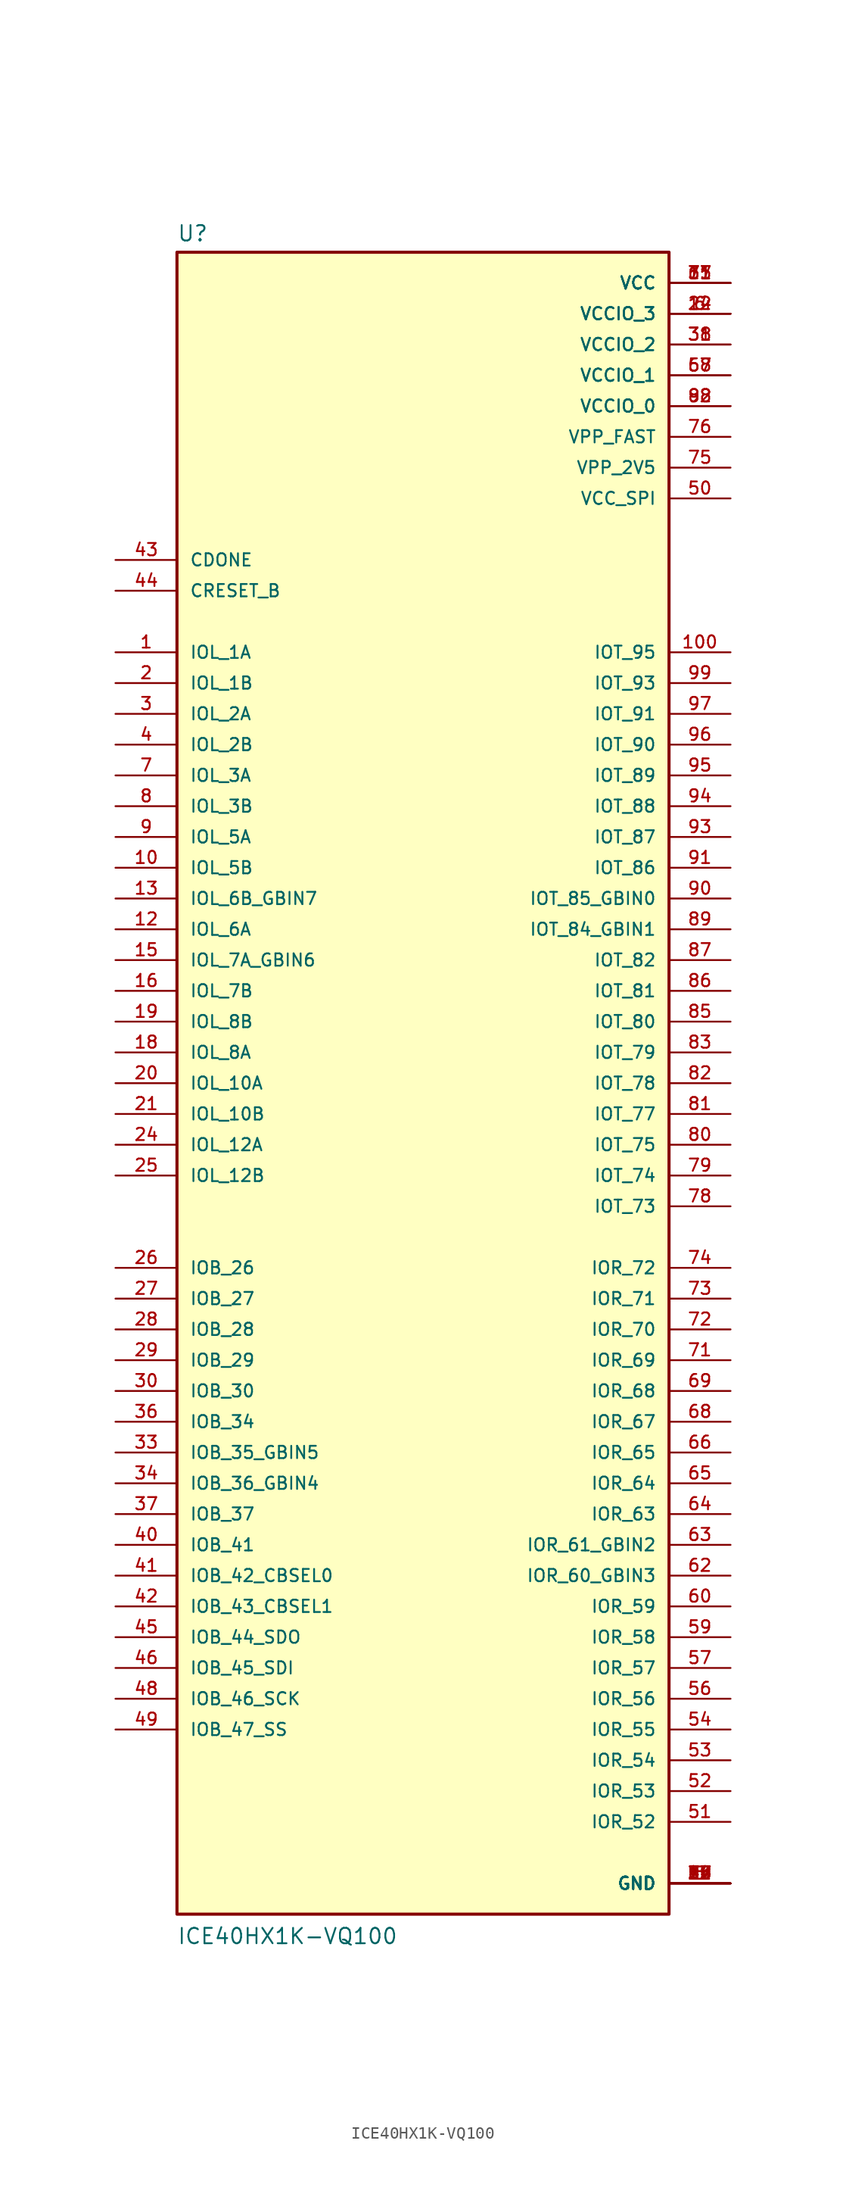
<source format=kicad_sym>
(kicad_symbol_lib
  (version 20211014)
  (generator kicad_symbol_editor)
  (symbol "ICE40HX1K-VQ100"
    (pin_names
      (offset 1.016))
    (property "Reference" "U"
      (at -20.332 69.383 0)
      (effects (font (size 1.27 1.27)) (justify bottom left)))
    (property "Value" "ICE40HX1K-VQ100"
      (at -20.326 -71.142 0)
      (effects (font (size 1.27 1.27)) (justify bottom left)))
    (symbol "ICE40HX1K-VQ100_0_0"
      (rectangle (start -20.32 -68.58) (end 20.32 68.58) (stroke (width 0.254)) (fill (type background)))
      (pin bidirectional line (at 25.4 -10.16 180.0) (length 5.08) (name "IOT_73" (effects (font (size 1.016 1.016)))) (number "78" (effects (font (size 1.016 1.016)))))
      (pin bidirectional line (at 25.4 -7.62 180.0) (length 5.08) (name "IOT_74" (effects (font (size 1.016 1.016)))) (number "79" (effects (font (size 1.016 1.016)))))
      (pin bidirectional line (at 25.4 -5.08 180.0) (length 5.08) (name "IOT_75" (effects (font (size 1.016 1.016)))) (number "80" (effects (font (size 1.016 1.016)))))
      (pin bidirectional line (at 25.4 35.56 180.0) (length 5.08) (name "IOT_95" (effects (font (size 1.016 1.016)))) (number "100" (effects (font (size 1.016 1.016)))))
      (pin bidirectional line (at 25.4 -2.54 180.0) (length 5.08) (name "IOT_77" (effects (font (size 1.016 1.016)))) (number "81" (effects (font (size 1.016 1.016)))))
      (pin bidirectional line (at 25.4 0.0 180.0) (length 5.08) (name "IOT_78" (effects (font (size 1.016 1.016)))) (number "82" (effects (font (size 1.016 1.016)))))
      (pin bidirectional line (at 25.4 2.54 180.0) (length 5.08) (name "IOT_79" (effects (font (size 1.016 1.016)))) (number "83" (effects (font (size 1.016 1.016)))))
      (pin bidirectional line (at 25.4 5.08 180.0) (length 5.08) (name "IOT_80" (effects (font (size 1.016 1.016)))) (number "85" (effects (font (size 1.016 1.016)))))
      (pin bidirectional line (at 25.4 7.62 180.0) (length 5.08) (name "IOT_81" (effects (font (size 1.016 1.016)))) (number "86" (effects (font (size 1.016 1.016)))))
      (pin bidirectional line (at 25.4 10.16 180.0) (length 5.08) (name "IOT_82" (effects (font (size 1.016 1.016)))) (number "87" (effects (font (size 1.016 1.016)))))
      (pin bidirectional line (at 25.4 12.7 180.0) (length 5.08) (name "IOT_84_GBIN1" (effects (font (size 1.016 1.016)))) (number "89" (effects (font (size 1.016 1.016)))))
      (pin bidirectional line (at 25.4 15.24 180.0) (length 5.08) (name "IOT_85_GBIN0" (effects (font (size 1.016 1.016)))) (number "90" (effects (font (size 1.016 1.016)))))
      (pin bidirectional line (at 25.4 17.78 180.0) (length 5.08) (name "IOT_86" (effects (font (size 1.016 1.016)))) (number "91" (effects (font (size 1.016 1.016)))))
      (pin bidirectional line (at 25.4 20.32 180.0) (length 5.08) (name "IOT_87" (effects (font (size 1.016 1.016)))) (number "93" (effects (font (size 1.016 1.016)))))
      (pin bidirectional line (at 25.4 22.86 180.0) (length 5.08) (name "IOT_88" (effects (font (size 1.016 1.016)))) (number "94" (effects (font (size 1.016 1.016)))))
      (pin bidirectional line (at 25.4 25.4 180.0) (length 5.08) (name "IOT_89" (effects (font (size 1.016 1.016)))) (number "95" (effects (font (size 1.016 1.016)))))
      (pin bidirectional line (at 25.4 27.94 180.0) (length 5.08) (name "IOT_90" (effects (font (size 1.016 1.016)))) (number "96" (effects (font (size 1.016 1.016)))))
      (pin bidirectional line (at 25.4 30.48 180.0) (length 5.08) (name "IOT_91" (effects (font (size 1.016 1.016)))) (number "97" (effects (font (size 1.016 1.016)))))
      (pin bidirectional line (at 25.4 33.02 180.0) (length 5.08) (name "IOT_93" (effects (font (size 1.016 1.016)))) (number "99" (effects (font (size 1.016 1.016)))))
      (pin bidirectional line (at 25.4 -60.96 180.0) (length 5.08) (name "IOR_52" (effects (font (size 1.016 1.016)))) (number "51" (effects (font (size 1.016 1.016)))))
      (pin bidirectional line (at 25.4 -58.42 180.0) (length 5.08) (name "IOR_53" (effects (font (size 1.016 1.016)))) (number "52" (effects (font (size 1.016 1.016)))))
      (pin bidirectional line (at 25.4 -55.88 180.0) (length 5.08) (name "IOR_54" (effects (font (size 1.016 1.016)))) (number "53" (effects (font (size 1.016 1.016)))))
      (pin bidirectional line (at 25.4 -15.24 180.0) (length 5.08) (name "IOR_72" (effects (font (size 1.016 1.016)))) (number "74" (effects (font (size 1.016 1.016)))))
      (pin bidirectional line (at 25.4 -53.34 180.0) (length 5.08) (name "IOR_55" (effects (font (size 1.016 1.016)))) (number "54" (effects (font (size 1.016 1.016)))))
      (pin bidirectional line (at 25.4 -50.8 180.0) (length 5.08) (name "IOR_56" (effects (font (size 1.016 1.016)))) (number "56" (effects (font (size 1.016 1.016)))))
      (pin bidirectional line (at 25.4 -48.26 180.0) (length 5.08) (name "IOR_57" (effects (font (size 1.016 1.016)))) (number "57" (effects (font (size 1.016 1.016)))))
      (pin bidirectional line (at 25.4 -45.72 180.0) (length 5.08) (name "IOR_58" (effects (font (size 1.016 1.016)))) (number "59" (effects (font (size 1.016 1.016)))))
      (pin bidirectional line (at 25.4 -43.18 180.0) (length 5.08) (name "IOR_59" (effects (font (size 1.016 1.016)))) (number "60" (effects (font (size 1.016 1.016)))))
      (pin bidirectional line (at 25.4 -40.64 180.0) (length 5.08) (name "IOR_60_GBIN3" (effects (font (size 1.016 1.016)))) (number "62" (effects (font (size 1.016 1.016)))))
      (pin bidirectional line (at 25.4 -38.1 180.0) (length 5.08) (name "IOR_61_GBIN2" (effects (font (size 1.016 1.016)))) (number "63" (effects (font (size 1.016 1.016)))))
      (pin bidirectional line (at 25.4 -35.56 180.0) (length 5.08) (name "IOR_63" (effects (font (size 1.016 1.016)))) (number "64" (effects (font (size 1.016 1.016)))))
      (pin bidirectional line (at 25.4 -33.02 180.0) (length 5.08) (name "IOR_64" (effects (font (size 1.016 1.016)))) (number "65" (effects (font (size 1.016 1.016)))))
      (pin bidirectional line (at 25.4 -30.48 180.0) (length 5.08) (name "IOR_65" (effects (font (size 1.016 1.016)))) (number "66" (effects (font (size 1.016 1.016)))))
      (pin bidirectional line (at 25.4 -27.94 180.0) (length 5.08) (name "IOR_67" (effects (font (size 1.016 1.016)))) (number "68" (effects (font (size 1.016 1.016)))))
      (pin bidirectional line (at 25.4 -25.4 180.0) (length 5.08) (name "IOR_68" (effects (font (size 1.016 1.016)))) (number "69" (effects (font (size 1.016 1.016)))))
      (pin bidirectional line (at 25.4 -22.86 180.0) (length 5.08) (name "IOR_69" (effects (font (size 1.016 1.016)))) (number "71" (effects (font (size 1.016 1.016)))))
      (pin bidirectional line (at 25.4 -20.32 180.0) (length 5.08) (name "IOR_70" (effects (font (size 1.016 1.016)))) (number "72" (effects (font (size 1.016 1.016)))))
      (pin bidirectional line (at 25.4 -17.78 180.0) (length 5.08) (name "IOR_71" (effects (font (size 1.016 1.016)))) (number "73" (effects (font (size 1.016 1.016)))))
      (pin bidirectional line (at -25.4 -15.24 0) (length 5.08) (name "IOB_26" (effects (font (size 1.016 1.016)))) (number "26" (effects (font (size 1.016 1.016)))))
      (pin bidirectional line (at -25.4 -17.78 0) (length 5.08) (name "IOB_27" (effects (font (size 1.016 1.016)))) (number "27" (effects (font (size 1.016 1.016)))))
      (pin bidirectional line (at -25.4 -20.32 0) (length 5.08) (name "IOB_28" (effects (font (size 1.016 1.016)))) (number "28" (effects (font (size 1.016 1.016)))))
      (pin bidirectional line (at -25.4 -22.86 0) (length 5.08) (name "IOB_29" (effects (font (size 1.016 1.016)))) (number "29" (effects (font (size 1.016 1.016)))))
      (pin bidirectional line (at -25.4 -25.4 0) (length 5.08) (name "IOB_30" (effects (font (size 1.016 1.016)))) (number "30" (effects (font (size 1.016 1.016)))))
      (pin bidirectional line (at -25.4 -27.94 0) (length 5.08) (name "IOB_34" (effects (font (size 1.016 1.016)))) (number "36" (effects (font (size 1.016 1.016)))))
      (pin bidirectional line (at -25.4 -30.48 0) (length 5.08) (name "IOB_35_GBIN5" (effects (font (size 1.016 1.016)))) (number "33" (effects (font (size 1.016 1.016)))))
      (pin bidirectional line (at -25.4 -33.02 0) (length 5.08) (name "IOB_36_GBIN4" (effects (font (size 1.016 1.016)))) (number "34" (effects (font (size 1.016 1.016)))))
      (pin bidirectional line (at -25.4 -35.56 0) (length 5.08) (name "IOB_37" (effects (font (size 1.016 1.016)))) (number "37" (effects (font (size 1.016 1.016)))))
      (pin bidirectional line (at -25.4 -38.1 0) (length 5.08) (name "IOB_41" (effects (font (size 1.016 1.016)))) (number "40" (effects (font (size 1.016 1.016)))))
      (pin bidirectional line (at -25.4 -40.64 0) (length 5.08) (name "IOB_42_CBSEL0" (effects (font (size 1.016 1.016)))) (number "41" (effects (font (size 1.016 1.016)))))
      (pin bidirectional line (at -25.4 -43.18 0) (length 5.08) (name "IOB_43_CBSEL1" (effects (font (size 1.016 1.016)))) (number "42" (effects (font (size 1.016 1.016)))))
      (pin bidirectional line (at -25.4 -45.72 0) (length 5.08) (name "IOB_44_SDO" (effects (font (size 1.016 1.016)))) (number "45" (effects (font (size 1.016 1.016)))))
      (pin bidirectional line (at -25.4 -48.26 0) (length 5.08) (name "IOB_45_SDI" (effects (font (size 1.016 1.016)))) (number "46" (effects (font (size 1.016 1.016)))))
      (pin bidirectional line (at -25.4 -50.8 0) (length 5.08) (name "IOB_46_SCK" (effects (font (size 1.016 1.016)))) (number "48" (effects (font (size 1.016 1.016)))))
      (pin bidirectional line (at -25.4 -53.34 0) (length 5.08) (name "IOB_47_SS" (effects (font (size 1.016 1.016)))) (number "49" (effects (font (size 1.016 1.016)))))
      (pin input line (at -25.4 43.18 0) (length 5.08) (name "CDONE" (effects (font (size 1.016 1.016)))) (number "43" (effects (font (size 1.016 1.016)))))
      (pin input line (at -25.4 40.64 0) (length 5.08) (name "CRESET_B" (effects (font (size 1.016 1.016)))) (number "44" (effects (font (size 1.016 1.016)))))
      (pin bidirectional line (at -25.4 33.02 0) (length 5.08) (name "IOL_1B" (effects (font (size 1.016 1.016)))) (number "2" (effects (font (size 1.016 1.016)))))
      (pin bidirectional line (at -25.4 27.94 0) (length 5.08) (name "IOL_2B" (effects (font (size 1.016 1.016)))) (number "4" (effects (font (size 1.016 1.016)))))
      (pin bidirectional line (at -25.4 22.86 0) (length 5.08) (name "IOL_3B" (effects (font (size 1.016 1.016)))) (number "8" (effects (font (size 1.016 1.016)))))
      (pin bidirectional line (at -25.4 17.78 0) (length 5.08) (name "IOL_5B" (effects (font (size 1.016 1.016)))) (number "10" (effects (font (size 1.016 1.016)))))
      (pin bidirectional line (at -25.4 7.62 0) (length 5.08) (name "IOL_7B" (effects (font (size 1.016 1.016)))) (number "16" (effects (font (size 1.016 1.016)))))
      (pin bidirectional line (at -25.4 5.08 0) (length 5.08) (name "IOL_8B" (effects (font (size 1.016 1.016)))) (number "19" (effects (font (size 1.016 1.016)))))
      (pin bidirectional line (at -25.4 -2.54 0) (length 5.08) (name "IOL_10B" (effects (font (size 1.016 1.016)))) (number "21" (effects (font (size 1.016 1.016)))))
      (pin bidirectional line (at -25.4 -7.62 0) (length 5.08) (name "IOL_12B" (effects (font (size 1.016 1.016)))) (number "25" (effects (font (size 1.016 1.016)))))
      (pin bidirectional line (at -25.4 35.56 0) (length 5.08) (name "IOL_1A" (effects (font (size 1.016 1.016)))) (number "1" (effects (font (size 1.016 1.016)))))
      (pin bidirectional line (at -25.4 30.48 0) (length 5.08) (name "IOL_2A" (effects (font (size 1.016 1.016)))) (number "3" (effects (font (size 1.016 1.016)))))
      (pin bidirectional line (at -25.4 25.4 0) (length 5.08) (name "IOL_3A" (effects (font (size 1.016 1.016)))) (number "7" (effects (font (size 1.016 1.016)))))
      (pin bidirectional line (at -25.4 20.32 0) (length 5.08) (name "IOL_5A" (effects (font (size 1.016 1.016)))) (number "9" (effects (font (size 1.016 1.016)))))
      (pin bidirectional line (at -25.4 10.16 0) (length 5.08) (name "IOL_7A_GBIN6" (effects (font (size 1.016 1.016)))) (number "15" (effects (font (size 1.016 1.016)))))
      (pin bidirectional line (at -25.4 2.54 0) (length 5.08) (name "IOL_8A" (effects (font (size 1.016 1.016)))) (number "18" (effects (font (size 1.016 1.016)))))
      (pin bidirectional line (at -25.4 0.0 0) (length 5.08) (name "IOL_10A" (effects (font (size 1.016 1.016)))) (number "20" (effects (font (size 1.016 1.016)))))
      (pin bidirectional line (at -25.4 -5.08 0) (length 5.08) (name "IOL_12A" (effects (font (size 1.016 1.016)))) (number "24" (effects (font (size 1.016 1.016)))))
      (pin bidirectional line (at -25.4 15.24 0) (length 5.08) (name "IOL_6B_GBIN7" (effects (font (size 1.016 1.016)))) (number "13" (effects (font (size 1.016 1.016)))))
      (pin bidirectional line (at -25.4 12.7 0) (length 5.08) (name "IOL_6A" (effects (font (size 1.016 1.016)))) (number "12" (effects (font (size 1.016 1.016)))))
      (pin power_in line (at 25.4 48.26 180.0) (length 5.08) (name "VCC_SPI" (effects (font (size 1.016 1.016)))) (number "50" (effects (font (size 1.016 1.016)))))
      (pin power_in line (at 25.4 50.8 180.0) (length 5.08) (name "VPP_2V5" (effects (font (size 1.016 1.016)))) (number "75" (effects (font (size 1.016 1.016)))))
      (pin power_in line (at 25.4 53.34 180.0) (length 5.08) (name "VPP_FAST" (effects (font (size 1.016 1.016)))) (number "76" (effects (font (size 1.016 1.016)))))
      (pin power_in line (at 25.4 55.88 180.0) (length 5.08) (name "VCCIO_0" (effects (font (size 1.016 1.016)))) (number "88" (effects (font (size 1.016 1.016)))))
      (pin power_in line (at 25.4 55.88 180.0) (length 5.08) (name "VCCIO_0" (effects (font (size 1.016 1.016)))) (number "92" (effects (font (size 1.016 1.016)))))
      (pin power_in line (at 25.4 58.42 180.0) (length 5.08) (name "VCCIO_1" (effects (font (size 1.016 1.016)))) (number "58" (effects (font (size 1.016 1.016)))))
      (pin power_in line (at 25.4 58.42 180.0) (length 5.08) (name "VCCIO_1" (effects (font (size 1.016 1.016)))) (number "67" (effects (font (size 1.016 1.016)))))
      (pin power_in line (at 25.4 60.96 180.0) (length 5.08) (name "VCCIO_2" (effects (font (size 1.016 1.016)))) (number "31" (effects (font (size 1.016 1.016)))))
      (pin power_in line (at 25.4 60.96 180.0) (length 5.08) (name "VCCIO_2" (effects (font (size 1.016 1.016)))) (number "38" (effects (font (size 1.016 1.016)))))
      (pin power_in line (at 25.4 63.5 180.0) (length 5.08) (name "VCCIO_3" (effects (font (size 1.016 1.016)))) (number "6" (effects (font (size 1.016 1.016)))))
      (pin power_in line (at 25.4 63.5 180.0) (length 5.08) (name "VCCIO_3" (effects (font (size 1.016 1.016)))) (number "14" (effects (font (size 1.016 1.016)))))
      (pin power_in line (at 25.4 63.5 180.0) (length 5.08) (name "VCCIO_3" (effects (font (size 1.016 1.016)))) (number "22" (effects (font (size 1.016 1.016)))))
      (pin power_in line (at 25.4 66.04 180.0) (length 5.08) (name "VCC" (effects (font (size 1.016 1.016)))) (number "11" (effects (font (size 1.016 1.016)))))
      (pin power_in line (at 25.4 66.04 180.0) (length 5.08) (name "VCC" (effects (font (size 1.016 1.016)))) (number "35" (effects (font (size 1.016 1.016)))))
      (pin power_in line (at 25.4 66.04 180.0) (length 5.08) (name "VCC" (effects (font (size 1.016 1.016)))) (number "61" (effects (font (size 1.016 1.016)))))
      (pin power_in line (at 25.4 66.04 180.0) (length 5.08) (name "VCC" (effects (font (size 1.016 1.016)))) (number "77" (effects (font (size 1.016 1.016)))))
      (pin power_in line (at 25.4 -66.04 180.0) (length 5.08) (name "GND" (effects (font (size 1.016 1.016)))) (number "5" (effects (font (size 1.016 1.016)))))
      (pin power_in line (at 25.4 -66.04 180.0) (length 5.08) (name "GND" (effects (font (size 1.016 1.016)))) (number "17" (effects (font (size 1.016 1.016)))))
      (pin power_in line (at 25.4 -66.04 180.0) (length 5.08) (name "GND" (effects (font (size 1.016 1.016)))) (number "23" (effects (font (size 1.016 1.016)))))
      (pin power_in line (at 25.4 -66.04 180.0) (length 5.08) (name "GND" (effects (font (size 1.016 1.016)))) (number "32" (effects (font (size 1.016 1.016)))))
      (pin power_in line (at 25.4 -66.04 180.0) (length 5.08) (name "GND" (effects (font (size 1.016 1.016)))) (number "39" (effects (font (size 1.016 1.016)))))
      (pin power_in line (at 25.4 -66.04 180.0) (length 5.08) (name "GND" (effects (font (size 1.016 1.016)))) (number "47" (effects (font (size 1.016 1.016)))))
      (pin power_in line (at 25.4 -66.04 180.0) (length 5.08) (name "GND" (effects (font (size 1.016 1.016)))) (number "55" (effects (font (size 1.016 1.016)))))
      (pin power_in line (at 25.4 -66.04 180.0) (length 5.08) (name "GND" (effects (font (size 1.016 1.016)))) (number "70" (effects (font (size 1.016 1.016)))))
      (pin power_in line (at 25.4 -66.04 180.0) (length 5.08) (name "GND" (effects (font (size 1.016 1.016)))) (number "84" (effects (font (size 1.016 1.016)))))
      (pin power_in line (at 25.4 -66.04 180.0) (length 5.08) (name "GND" (effects (font (size 1.016 1.016)))) (number "98" (effects (font (size 1.016 1.016))))))))
</source>
